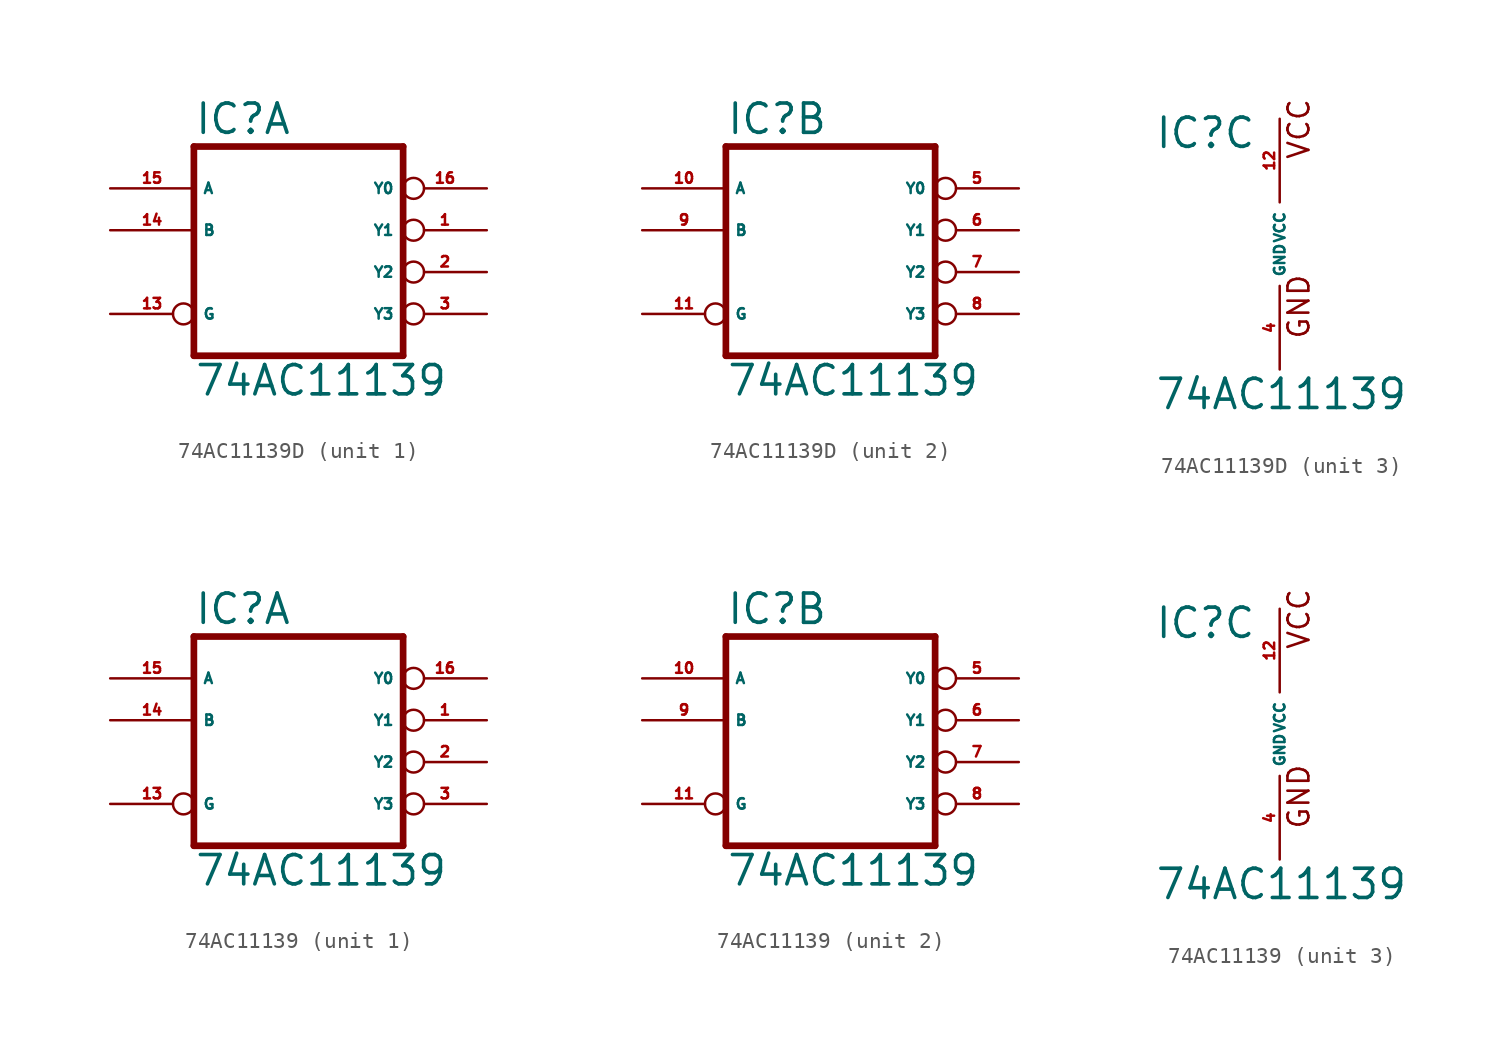
<source format=kicad_sym>
(kicad_symbol_lib
  (version 20220914)
  (generator Eagle2Kicad)
  (symbol "74AC11139D"
    (property "Reference" "IC"
      (at -7.62 5.715 0)
      (effects (font (size 1.778 1.778) (thickness 0.22)) (justify left bottom)))
    (property "Value" "74AC11139"
      (at -7.62 -10.16 0)
      (effects (font (size 1.778 1.778) (thickness 0.22)) (justify left bottom)))
    (symbol "74AC11139D_1_0"
      (polyline (pts (xy -7.62 -7.62) (xy 5.08 -7.62)) (stroke (width 0.406) (type default)) (fill (type none)))
      (polyline (pts (xy 5.08 -7.62) (xy 5.08 5.08)) (stroke (width 0.406) (type default)) (fill (type none)))
      (polyline (pts (xy 5.08 5.08) (xy -7.62 5.08)) (stroke (width 0.406) (type default)) (fill (type none)))
      (polyline (pts (xy -7.62 5.08) (xy -7.62 -7.62)) (stroke (width 0.406) (type default)) (fill (type none)))
      (pin output inverted (at 10.16 0 180) (length 5.08) (name "Y1" (effects (font (size 0.635 0.635) (thickness 0.08)) (justify left bottom))) (number "1" (effects (font (size 0.635 0.635) (thickness 0.08)) (justify left bottom))))
      (pin output inverted (at 10.16 -2.54 180) (length 5.08) (name "Y2" (effects (font (size 0.635 0.635) (thickness 0.08)) (justify left bottom))) (number "2" (effects (font (size 0.635 0.635) (thickness 0.08)) (justify left bottom))))
      (pin output inverted (at 10.16 -5.08 180) (length 5.08) (name "Y3" (effects (font (size 0.635 0.635) (thickness 0.08)) (justify left bottom))) (number "3" (effects (font (size 0.635 0.635) (thickness 0.08)) (justify left bottom))))
      (pin input inverted (at -12.7 -5.08 0) (length 5.08) (name "G" (effects (font (size 0.635 0.635) (thickness 0.08)) (justify left bottom))) (number "13" (effects (font (size 0.635 0.635) (thickness 0.08)) (justify left bottom))))
      (pin input line (at -12.7 0 0) (length 5.08) (name "B" (effects (font (size 0.635 0.635) (thickness 0.08)) (justify left bottom))) (number "14" (effects (font (size 0.635 0.635) (thickness 0.08)) (justify left bottom))))
      (pin input line (at -12.7 2.54 0) (length 5.08) (name "A" (effects (font (size 0.635 0.635) (thickness 0.08)) (justify left bottom))) (number "15" (effects (font (size 0.635 0.635) (thickness 0.08)) (justify left bottom))))
      (pin output inverted (at 10.16 2.54 180) (length 5.08) (name "Y0" (effects (font (size 0.635 0.635) (thickness 0.08)) (justify left bottom))) (number "16" (effects (font (size 0.635 0.635) (thickness 0.08)) (justify left bottom)))))
    (symbol "74AC11139D_2_0"
      (polyline (pts (xy -7.62 -7.62) (xy 5.08 -7.62)) (stroke (width 0.406) (type default)) (fill (type none)))
      (polyline (pts (xy 5.08 -7.62) (xy 5.08 5.08)) (stroke (width 0.406) (type default)) (fill (type none)))
      (polyline (pts (xy 5.08 5.08) (xy -7.62 5.08)) (stroke (width 0.406) (type default)) (fill (type none)))
      (polyline (pts (xy -7.62 5.08) (xy -7.62 -7.62)) (stroke (width 0.406) (type default)) (fill (type none)))
      (pin output inverted (at 10.16 0 180) (length 5.08) (name "Y1" (effects (font (size 0.635 0.635) (thickness 0.08)) (justify left bottom))) (number "6" (effects (font (size 0.635 0.635) (thickness 0.08)) (justify left bottom))))
      (pin output inverted (at 10.16 -2.54 180) (length 5.08) (name "Y2" (effects (font (size 0.635 0.635) (thickness 0.08)) (justify left bottom))) (number "7" (effects (font (size 0.635 0.635) (thickness 0.08)) (justify left bottom))))
      (pin output inverted (at 10.16 -5.08 180) (length 5.08) (name "Y3" (effects (font (size 0.635 0.635) (thickness 0.08)) (justify left bottom))) (number "8" (effects (font (size 0.635 0.635) (thickness 0.08)) (justify left bottom))))
      (pin input inverted (at -12.7 -5.08 0) (length 5.08) (name "G" (effects (font (size 0.635 0.635) (thickness 0.08)) (justify left bottom))) (number "11" (effects (font (size 0.635 0.635) (thickness 0.08)) (justify left bottom))))
      (pin input line (at -12.7 0 0) (length 5.08) (name "B" (effects (font (size 0.635 0.635) (thickness 0.08)) (justify left bottom))) (number "9" (effects (font (size 0.635 0.635) (thickness 0.08)) (justify left bottom))))
      (pin input line (at -12.7 2.54 0) (length 5.08) (name "A" (effects (font (size 0.635 0.635) (thickness 0.08)) (justify left bottom))) (number "10" (effects (font (size 0.635 0.635) (thickness 0.08)) (justify left bottom))))
      (pin output inverted (at 10.16 2.54 180) (length 5.08) (name "Y0" (effects (font (size 0.635 0.635) (thickness 0.08)) (justify left bottom))) (number "5" (effects (font (size 0.635 0.635) (thickness 0.08)) (justify left bottom)))))
    (symbol "74AC11139D_3_0"
      (text "GND" (at 1.905 -5.842 900) (effects (font (size 1.27 1.27) (thickness 0.16)) (justify left bottom)))
      (text "VCC" (at 1.905 5.08 900) (effects (font (size 1.27 1.27) (thickness 0.16)) (justify left bottom)))
      (pin unspecified line (at 0 -7.62 90) (length 5.08) (name "GND" (effects (font (size 0.635 0.635) (thickness 0.08)) (justify left bottom))) (number "4" (effects (font (size 0.635 0.635) (thickness 0.08)) (justify left bottom))))
      (pin unspecified line (at 0 7.62 270) (length 5.08) (name "VCC" (effects (font (size 0.635 0.635) (thickness 0.08)) (justify left bottom))) (number "12" (effects (font (size 0.635 0.635) (thickness 0.08)) (justify left bottom))))))
  (symbol "74AC11139"
    (property "Reference" "IC"
      (at -7.62 5.715 0)
      (effects (font (size 1.778 1.778) (thickness 0.22)) (justify left bottom)))
    (property "Value" "74AC11139"
      (at -7.62 -10.16 0)
      (effects (font (size 1.778 1.778) (thickness 0.22)) (justify left bottom)))
    (symbol "74AC11139_1_0"
      (polyline (pts (xy -7.62 -7.62) (xy 5.08 -7.62)) (stroke (width 0.406) (type default)) (fill (type none)))
      (polyline (pts (xy 5.08 -7.62) (xy 5.08 5.08)) (stroke (width 0.406) (type default)) (fill (type none)))
      (polyline (pts (xy 5.08 5.08) (xy -7.62 5.08)) (stroke (width 0.406) (type default)) (fill (type none)))
      (polyline (pts (xy -7.62 5.08) (xy -7.62 -7.62)) (stroke (width 0.406) (type default)) (fill (type none)))
      (pin output inverted (at 10.16 0 180) (length 5.08) (name "Y1" (effects (font (size 0.635 0.635) (thickness 0.08)) (justify left bottom))) (number "1" (effects (font (size 0.635 0.635) (thickness 0.08)) (justify left bottom))))
      (pin output inverted (at 10.16 -2.54 180) (length 5.08) (name "Y2" (effects (font (size 0.635 0.635) (thickness 0.08)) (justify left bottom))) (number "2" (effects (font (size 0.635 0.635) (thickness 0.08)) (justify left bottom))))
      (pin output inverted (at 10.16 -5.08 180) (length 5.08) (name "Y3" (effects (font (size 0.635 0.635) (thickness 0.08)) (justify left bottom))) (number "3" (effects (font (size 0.635 0.635) (thickness 0.08)) (justify left bottom))))
      (pin input inverted (at -12.7 -5.08 0) (length 5.08) (name "G" (effects (font (size 0.635 0.635) (thickness 0.08)) (justify left bottom))) (number "13" (effects (font (size 0.635 0.635) (thickness 0.08)) (justify left bottom))))
      (pin input line (at -12.7 0 0) (length 5.08) (name "B" (effects (font (size 0.635 0.635) (thickness 0.08)) (justify left bottom))) (number "14" (effects (font (size 0.635 0.635) (thickness 0.08)) (justify left bottom))))
      (pin input line (at -12.7 2.54 0) (length 5.08) (name "A" (effects (font (size 0.635 0.635) (thickness 0.08)) (justify left bottom))) (number "15" (effects (font (size 0.635 0.635) (thickness 0.08)) (justify left bottom))))
      (pin output inverted (at 10.16 2.54 180) (length 5.08) (name "Y0" (effects (font (size 0.635 0.635) (thickness 0.08)) (justify left bottom))) (number "16" (effects (font (size 0.635 0.635) (thickness 0.08)) (justify left bottom)))))
    (symbol "74AC11139_2_0"
      (polyline (pts (xy -7.62 -7.62) (xy 5.08 -7.62)) (stroke (width 0.406) (type default)) (fill (type none)))
      (polyline (pts (xy 5.08 -7.62) (xy 5.08 5.08)) (stroke (width 0.406) (type default)) (fill (type none)))
      (polyline (pts (xy 5.08 5.08) (xy -7.62 5.08)) (stroke (width 0.406) (type default)) (fill (type none)))
      (polyline (pts (xy -7.62 5.08) (xy -7.62 -7.62)) (stroke (width 0.406) (type default)) (fill (type none)))
      (pin output inverted (at 10.16 0 180) (length 5.08) (name "Y1" (effects (font (size 0.635 0.635) (thickness 0.08)) (justify left bottom))) (number "6" (effects (font (size 0.635 0.635) (thickness 0.08)) (justify left bottom))))
      (pin output inverted (at 10.16 -2.54 180) (length 5.08) (name "Y2" (effects (font (size 0.635 0.635) (thickness 0.08)) (justify left bottom))) (number "7" (effects (font (size 0.635 0.635) (thickness 0.08)) (justify left bottom))))
      (pin output inverted (at 10.16 -5.08 180) (length 5.08) (name "Y3" (effects (font (size 0.635 0.635) (thickness 0.08)) (justify left bottom))) (number "8" (effects (font (size 0.635 0.635) (thickness 0.08)) (justify left bottom))))
      (pin input inverted (at -12.7 -5.08 0) (length 5.08) (name "G" (effects (font (size 0.635 0.635) (thickness 0.08)) (justify left bottom))) (number "11" (effects (font (size 0.635 0.635) (thickness 0.08)) (justify left bottom))))
      (pin input line (at -12.7 0 0) (length 5.08) (name "B" (effects (font (size 0.635 0.635) (thickness 0.08)) (justify left bottom))) (number "9" (effects (font (size 0.635 0.635) (thickness 0.08)) (justify left bottom))))
      (pin input line (at -12.7 2.54 0) (length 5.08) (name "A" (effects (font (size 0.635 0.635) (thickness 0.08)) (justify left bottom))) (number "10" (effects (font (size 0.635 0.635) (thickness 0.08)) (justify left bottom))))
      (pin output inverted (at 10.16 2.54 180) (length 5.08) (name "Y0" (effects (font (size 0.635 0.635) (thickness 0.08)) (justify left bottom))) (number "5" (effects (font (size 0.635 0.635) (thickness 0.08)) (justify left bottom)))))
    (symbol "74AC11139_3_0"
      (text "GND" (at 1.905 -5.842 900) (effects (font (size 1.27 1.27) (thickness 0.16)) (justify left bottom)))
      (text "VCC" (at 1.905 5.08 900) (effects (font (size 1.27 1.27) (thickness 0.16)) (justify left bottom)))
      (pin unspecified line (at 0 -7.62 90) (length 5.08) (name "GND" (effects (font (size 0.635 0.635) (thickness 0.08)) (justify left bottom))) (number "4" (effects (font (size 0.635 0.635) (thickness 0.08)) (justify left bottom))))
      (pin unspecified line (at 0 7.62 270) (length 5.08) (name "VCC" (effects (font (size 0.635 0.635) (thickness 0.08)) (justify left bottom))) (number "12" (effects (font (size 0.635 0.635) (thickness 0.08)) (justify left bottom)))))))
</source>
